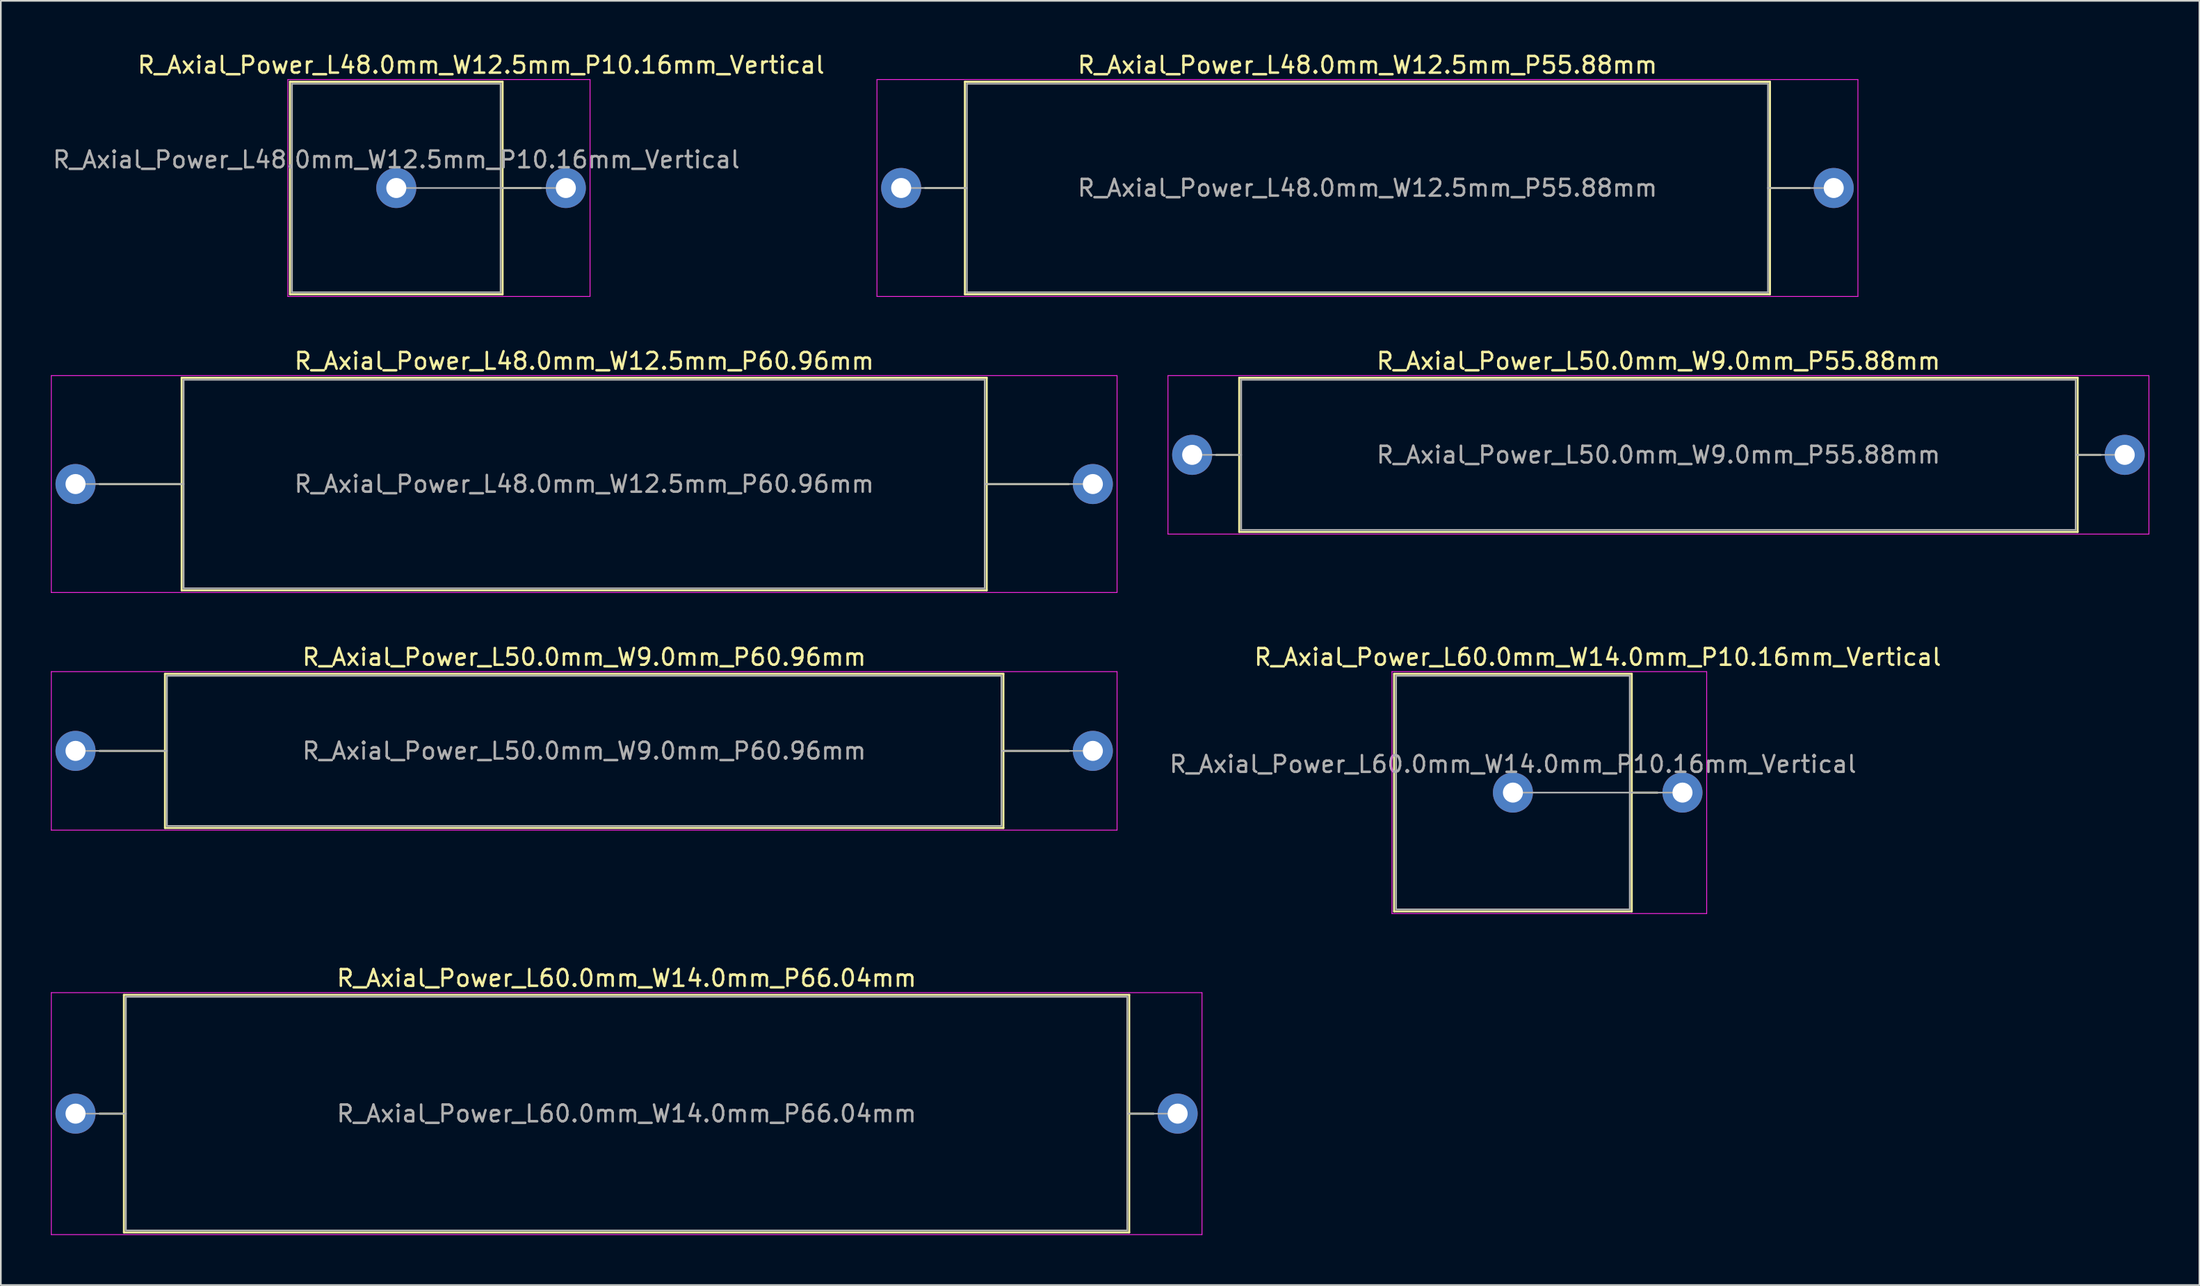
<source format=kicad_pcb>
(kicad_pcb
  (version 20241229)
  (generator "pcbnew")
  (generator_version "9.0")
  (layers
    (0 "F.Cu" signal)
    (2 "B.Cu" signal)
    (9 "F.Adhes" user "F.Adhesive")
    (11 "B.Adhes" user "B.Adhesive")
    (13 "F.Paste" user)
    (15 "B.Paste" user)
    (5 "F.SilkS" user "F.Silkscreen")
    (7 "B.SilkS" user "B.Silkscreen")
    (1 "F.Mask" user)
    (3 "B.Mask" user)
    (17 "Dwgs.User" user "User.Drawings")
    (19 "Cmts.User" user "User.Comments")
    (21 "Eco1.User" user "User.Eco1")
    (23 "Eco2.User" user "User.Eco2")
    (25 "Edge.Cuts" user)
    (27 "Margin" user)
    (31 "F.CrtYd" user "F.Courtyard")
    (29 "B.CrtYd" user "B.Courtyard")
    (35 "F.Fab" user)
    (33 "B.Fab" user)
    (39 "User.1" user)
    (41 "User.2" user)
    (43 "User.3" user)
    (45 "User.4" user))
  (footprint "R_Axial_Power_L60.0mm_W14.0mm_P10.16mm_Vertical"
    (layer "F.Cu")
    (at 87.606 44.455)
    (property "Reference" "R_Axial_Power_L60.0mm_W14.0mm_P10.16mm_Vertical" (at 5.08 -8.12 0) (layer "F.SilkS") (effects (font (size 1 1) (thickness 0.15))))
    (attr through_hole)
    (fp_line (start -7.12 -7.12) (end -7.12 7.12) (stroke (width 0.12) (type solid)) (layer "F.SilkS"))
    (fp_line (start -7.12 7.12) (end 7.12 7.12) (stroke (width 0.12) (type solid)) (layer "F.SilkS"))
    (fp_line (start 7.12 -7.12) (end -7.12 -7.12) (stroke (width 0.12) (type solid)) (layer "F.SilkS"))
    (fp_line (start 7.12 0) (end 8.66 0) (stroke (width 0.12) (type solid)) (layer "F.SilkS"))
    (fp_line (start 7.12 7.12) (end 7.12 -7.12) (stroke (width 0.12) (type solid)) (layer "F.SilkS"))
    (fp_line (start -7.25 -7.25) (end -7.25 7.25) (stroke (width 0.05) (type solid)) (layer "F.CrtYd"))
    (fp_line (start -7.25 7.25) (end 11.61 7.25) (stroke (width 0.05) (type solid)) (layer "F.CrtYd"))
    (fp_line (start 11.61 -7.25) (end -7.25 -7.25) (stroke (width 0.05) (type solid)) (layer "F.CrtYd"))
    (fp_line (start 11.61 7.25) (end 11.61 -7.25) (stroke (width 0.05) (type solid)) (layer "F.CrtYd"))
    (fp_line (start -7 -7) (end -7 7) (stroke (width 0.1) (type solid)) (layer "F.Fab"))
    (fp_line (start -7 7) (end 7 7) (stroke (width 0.1) (type solid)) (layer "F.Fab"))
    (fp_line (start 0 0) (end 10.16 0) (stroke (width 0.1) (type solid)) (layer "F.Fab"))
    (fp_line (start 7 -7) (end -7 -7) (stroke (width 0.1) (type solid)) (layer "F.Fab"))
    (fp_line (start 7 7) (end 7 -7) (stroke (width 0.1) (type solid)) (layer "F.Fab"))
    (fp_text user "${REFERENCE}" (at 0 -1.7 0) (layer "F.Fab") (effects (font (size 1 1) (thickness 0.15))))
    (pad "1" thru_hole circle (at 0 0) (size 2.4 2.4) (drill 1.2) (layers "*.Cu" "*.Mask"))
    (pad "2" thru_hole oval (at 10.16 0) (size 2.4 2.4) (drill 1.2) (layers "*.Cu" "*.Mask")))
  (footprint "R_Axial_Power_L48.0mm_W12.5mm_P60.96mm"
    (layer "F.Cu")
    (at 1.475 25.962)
    (property "Reference" "R_Axial_Power_L48.0mm_W12.5mm_P60.96mm" (at 30.48 -7.37 0) (layer "F.SilkS") (effects (font (size 1 1) (thickness 0.15))))
    (attr through_hole)
    (fp_line (start 1.44 0) (end 6.36 0) (stroke (width 0.12) (type solid)) (layer "F.SilkS"))
    (fp_line (start 6.36 -6.37) (end 6.36 6.37) (stroke (width 0.12) (type solid)) (layer "F.SilkS"))
    (fp_line (start 6.36 6.37) (end 54.6 6.37) (stroke (width 0.12) (type solid)) (layer "F.SilkS"))
    (fp_line (start 54.6 -6.37) (end 6.36 -6.37) (stroke (width 0.12) (type solid)) (layer "F.SilkS"))
    (fp_line (start 54.6 6.37) (end 54.6 -6.37) (stroke (width 0.12) (type solid)) (layer "F.SilkS"))
    (fp_line (start 59.52 0) (end 54.6 0) (stroke (width 0.12) (type solid)) (layer "F.SilkS"))
    (fp_line (start -1.45 -6.5) (end -1.45 6.5) (stroke (width 0.05) (type solid)) (layer "F.CrtYd"))
    (fp_line (start -1.45 6.5) (end 62.41 6.5) (stroke (width 0.05) (type solid)) (layer "F.CrtYd"))
    (fp_line (start 62.41 -6.5) (end -1.45 -6.5) (stroke (width 0.05) (type solid)) (layer "F.CrtYd"))
    (fp_line (start 62.41 6.5) (end 62.41 -6.5) (stroke (width 0.05) (type solid)) (layer "F.CrtYd"))
    (fp_line (start 0 0) (end 6.48 0) (stroke (width 0.1) (type solid)) (layer "F.Fab"))
    (fp_line (start 6.48 -6.25) (end 6.48 6.25) (stroke (width 0.1) (type solid)) (layer "F.Fab"))
    (fp_line (start 6.48 6.25) (end 54.48 6.25) (stroke (width 0.1) (type solid)) (layer "F.Fab"))
    (fp_line (start 54.48 -6.25) (end 6.48 -6.25) (stroke (width 0.1) (type solid)) (layer "F.Fab"))
    (fp_line (start 54.48 6.25) (end 54.48 -6.25) (stroke (width 0.1) (type solid)) (layer "F.Fab"))
    (fp_line (start 60.96 0) (end 54.48 0) (stroke (width 0.1) (type solid)) (layer "F.Fab"))
    (fp_text user "${REFERENCE}" (at 30.48 0 0) (layer "F.Fab") (effects (font (size 1 1) (thickness 0.15))))
    (pad "1" thru_hole circle (at 0 0) (size 2.4 2.4) (drill 1.2) (layers "*.Cu" "*.Mask"))
    (pad "2" thru_hole oval (at 60.96 0) (size 2.4 2.4) (drill 1.2) (layers "*.Cu" "*.Mask")))
  (footprint "R_Axial_Power_L60.0mm_W14.0mm_P66.04mm"
    (layer "F.Cu")
    (at 1.475 63.698)
    (property "Reference" "R_Axial_Power_L60.0mm_W14.0mm_P66.04mm" (at 33.02 -8.12 0) (layer "F.SilkS") (effects (font (size 1 1) (thickness 0.15))))
    (attr through_hole)
    (fp_line (start 1.44 0) (end 2.9 0) (stroke (width 0.12) (type solid)) (layer "F.SilkS"))
    (fp_line (start 2.9 -7.12) (end 2.9 7.12) (stroke (width 0.12) (type solid)) (layer "F.SilkS"))
    (fp_line (start 2.9 7.12) (end 63.14 7.12) (stroke (width 0.12) (type solid)) (layer "F.SilkS"))
    (fp_line (start 63.14 -7.12) (end 2.9 -7.12) (stroke (width 0.12) (type solid)) (layer "F.SilkS"))
    (fp_line (start 63.14 7.12) (end 63.14 -7.12) (stroke (width 0.12) (type solid)) (layer "F.SilkS"))
    (fp_line (start 64.6 0) (end 63.14 0) (stroke (width 0.12) (type solid)) (layer "F.SilkS"))
    (fp_line (start -1.45 -7.25) (end -1.45 7.25) (stroke (width 0.05) (type solid)) (layer "F.CrtYd"))
    (fp_line (start -1.45 7.25) (end 67.5 7.25) (stroke (width 0.05) (type solid)) (layer "F.CrtYd"))
    (fp_line (start 67.5 -7.25) (end -1.45 -7.25) (stroke (width 0.05) (type solid)) (layer "F.CrtYd"))
    (fp_line (start 67.5 7.25) (end 67.5 -7.25) (stroke (width 0.05) (type solid)) (layer "F.CrtYd"))
    (fp_line (start 0 0) (end 3.02 0) (stroke (width 0.1) (type solid)) (layer "F.Fab"))
    (fp_line (start 3.02 -7) (end 3.02 7) (stroke (width 0.1) (type solid)) (layer "F.Fab"))
    (fp_line (start 3.02 7) (end 63.02 7) (stroke (width 0.1) (type solid)) (layer "F.Fab"))
    (fp_line (start 63.02 -7) (end 3.02 -7) (stroke (width 0.1) (type solid)) (layer "F.Fab"))
    (fp_line (start 63.02 7) (end 63.02 -7) (stroke (width 0.1) (type solid)) (layer "F.Fab"))
    (fp_line (start 66.04 0) (end 63.02 0) (stroke (width 0.1) (type solid)) (layer "F.Fab"))
    (fp_text user "${REFERENCE}" (at 33.02 0 0) (layer "F.Fab") (effects (font (size 1 1) (thickness 0.15))))
    (pad "1" thru_hole circle (at 0 0) (size 2.4 2.4) (drill 1.2) (layers "*.Cu" "*.Mask"))
    (pad "2" thru_hole oval (at 66.04 0) (size 2.4 2.4) (drill 1.2) (layers "*.Cu" "*.Mask")))
  (footprint "R_Axial_Power_L50.0mm_W9.0mm_P55.88mm"
    (layer "F.Cu")
    (at 68.385 24.212)
    (property "Reference" "R_Axial_Power_L50.0mm_W9.0mm_P55.88mm" (at 27.94 -5.62 0) (layer "F.SilkS") (effects (font (size 1 1) (thickness 0.15))))
    (attr through_hole)
    (fp_line (start 1.44 0) (end 2.82 0) (stroke (width 0.12) (type solid)) (layer "F.SilkS"))
    (fp_line (start 2.82 -4.62) (end 2.82 4.62) (stroke (width 0.12) (type solid)) (layer "F.SilkS"))
    (fp_line (start 2.82 4.62) (end 53.06 4.62) (stroke (width 0.12) (type solid)) (layer "F.SilkS"))
    (fp_line (start 53.06 -4.62) (end 2.82 -4.62) (stroke (width 0.12) (type solid)) (layer "F.SilkS"))
    (fp_line (start 53.06 4.62) (end 53.06 -4.62) (stroke (width 0.12) (type solid)) (layer "F.SilkS"))
    (fp_line (start 54.44 0) (end 53.06 0) (stroke (width 0.12) (type solid)) (layer "F.SilkS"))
    (fp_line (start -1.45 -4.75) (end -1.45 4.75) (stroke (width 0.05) (type solid)) (layer "F.CrtYd"))
    (fp_line (start -1.45 4.75) (end 57.33 4.75) (stroke (width 0.05) (type solid)) (layer "F.CrtYd"))
    (fp_line (start 57.33 -4.75) (end -1.45 -4.75) (stroke (width 0.05) (type solid)) (layer "F.CrtYd"))
    (fp_line (start 57.33 4.75) (end 57.33 -4.75) (stroke (width 0.05) (type solid)) (layer "F.CrtYd"))
    (fp_line (start 0 0) (end 2.94 0) (stroke (width 0.1) (type solid)) (layer "F.Fab"))
    (fp_line (start 2.94 -4.5) (end 2.94 4.5) (stroke (width 0.1) (type solid)) (layer "F.Fab"))
    (fp_line (start 2.94 4.5) (end 52.94 4.5) (stroke (width 0.1) (type solid)) (layer "F.Fab"))
    (fp_line (start 52.94 -4.5) (end 2.94 -4.5) (stroke (width 0.1) (type solid)) (layer "F.Fab"))
    (fp_line (start 52.94 4.5) (end 52.94 -4.5) (stroke (width 0.1) (type solid)) (layer "F.Fab"))
    (fp_line (start 55.88 0) (end 52.94 0) (stroke (width 0.1) (type solid)) (layer "F.Fab"))
    (fp_text user "${REFERENCE}" (at 27.94 0 0) (layer "F.Fab") (effects (font (size 1 1) (thickness 0.15))))
    (pad "1" thru_hole circle (at 0 0) (size 2.4 2.4) (drill 1.2) (layers "*.Cu" "*.Mask"))
    (pad "2" thru_hole oval (at 55.88 0) (size 2.4 2.4) (drill 1.2) (layers "*.Cu" "*.Mask")))
  (footprint "R_Axial_Power_L48.0mm_W12.5mm_P55.88mm"
    (layer "F.Cu")
    (at 50.948 8.218)
    (property "Reference" "R_Axial_Power_L48.0mm_W12.5mm_P55.88mm" (at 27.94 -7.37 0) (layer "F.SilkS") (effects (font (size 1 1) (thickness 0.15))))
    (attr through_hole)
    (fp_line (start 1.44 0) (end 3.82 0) (stroke (width 0.12) (type solid)) (layer "F.SilkS"))
    (fp_line (start 3.82 -6.37) (end 3.82 6.37) (stroke (width 0.12) (type solid)) (layer "F.SilkS"))
    (fp_line (start 3.82 6.37) (end 52.06 6.37) (stroke (width 0.12) (type solid)) (layer "F.SilkS"))
    (fp_line (start 52.06 -6.37) (end 3.82 -6.37) (stroke (width 0.12) (type solid)) (layer "F.SilkS"))
    (fp_line (start 52.06 6.37) (end 52.06 -6.37) (stroke (width 0.12) (type solid)) (layer "F.SilkS"))
    (fp_line (start 54.44 0) (end 52.06 0) (stroke (width 0.12) (type solid)) (layer "F.SilkS"))
    (fp_line (start -1.45 -6.5) (end -1.45 6.5) (stroke (width 0.05) (type solid)) (layer "F.CrtYd"))
    (fp_line (start -1.45 6.5) (end 57.33 6.5) (stroke (width 0.05) (type solid)) (layer "F.CrtYd"))
    (fp_line (start 57.33 -6.5) (end -1.45 -6.5) (stroke (width 0.05) (type solid)) (layer "F.CrtYd"))
    (fp_line (start 57.33 6.5) (end 57.33 -6.5) (stroke (width 0.05) (type solid)) (layer "F.CrtYd"))
    (fp_line (start 0 0) (end 3.94 0) (stroke (width 0.1) (type solid)) (layer "F.Fab"))
    (fp_line (start 3.94 -6.25) (end 3.94 6.25) (stroke (width 0.1) (type solid)) (layer "F.Fab"))
    (fp_line (start 3.94 6.25) (end 51.94 6.25) (stroke (width 0.1) (type solid)) (layer "F.Fab"))
    (fp_line (start 51.94 -6.25) (end 3.94 -6.25) (stroke (width 0.1) (type solid)) (layer "F.Fab"))
    (fp_line (start 51.94 6.25) (end 51.94 -6.25) (stroke (width 0.1) (type solid)) (layer "F.Fab"))
    (fp_line (start 55.88 0) (end 51.94 0) (stroke (width 0.1) (type solid)) (layer "F.Fab"))
    (fp_text user "${REFERENCE}" (at 27.94 0 0) (layer "F.Fab") (effects (font (size 1 1) (thickness 0.15))))
    (pad "1" thru_hole circle (at 0 0) (size 2.4 2.4) (drill 1.2) (layers "*.Cu" "*.Mask"))
    (pad "2" thru_hole oval (at 55.88 0) (size 2.4 2.4) (drill 1.2) (layers "*.Cu" "*.Mask")))
  (footprint "R_Axial_Power_L48.0mm_W12.5mm_P10.16mm_Vertical"
    (layer "F.Cu")
    (at 20.696 8.218)
    (property "Reference" "R_Axial_Power_L48.0mm_W12.5mm_P10.16mm_Vertical" (at 5.08 -7.37 0) (layer "F.SilkS") (effects (font (size 1 1) (thickness 0.15))))
    (attr through_hole)
    (fp_line (start -6.37 -6.37) (end -6.37 6.37) (stroke (width 0.12) (type solid)) (layer "F.SilkS"))
    (fp_line (start -6.37 6.37) (end 6.37 6.37) (stroke (width 0.12) (type solid)) (layer "F.SilkS"))
    (fp_line (start 6.37 -6.37) (end -6.37 -6.37) (stroke (width 0.12) (type solid)) (layer "F.SilkS"))
    (fp_line (start 6.37 0) (end 8.66 0) (stroke (width 0.12) (type solid)) (layer "F.SilkS"))
    (fp_line (start 6.37 6.37) (end 6.37 -6.37) (stroke (width 0.12) (type solid)) (layer "F.SilkS"))
    (fp_line (start -6.5 -6.5) (end -6.5 6.5) (stroke (width 0.05) (type solid)) (layer "F.CrtYd"))
    (fp_line (start -6.5 6.5) (end 11.61 6.5) (stroke (width 0.05) (type solid)) (layer "F.CrtYd"))
    (fp_line (start 11.61 -6.5) (end -6.5 -6.5) (stroke (width 0.05) (type solid)) (layer "F.CrtYd"))
    (fp_line (start 11.61 6.5) (end 11.61 -6.5) (stroke (width 0.05) (type solid)) (layer "F.CrtYd"))
    (fp_line (start -6.25 -6.25) (end -6.25 6.25) (stroke (width 0.1) (type solid)) (layer "F.Fab"))
    (fp_line (start -6.25 6.25) (end 6.25 6.25) (stroke (width 0.1) (type solid)) (layer "F.Fab"))
    (fp_line (start 0 0) (end 10.16 0) (stroke (width 0.1) (type solid)) (layer "F.Fab"))
    (fp_line (start 6.25 -6.25) (end -6.25 -6.25) (stroke (width 0.1) (type solid)) (layer "F.Fab"))
    (fp_line (start 6.25 6.25) (end 6.25 -6.25) (stroke (width 0.1) (type solid)) (layer "F.Fab"))
    (fp_text user "${REFERENCE}" (at 0 -1.7 0) (layer "F.Fab") (effects (font (size 1 1) (thickness 0.15))))
    (pad "1" thru_hole circle (at 0 0) (size 2.4 2.4) (drill 1.2) (layers "*.Cu" "*.Mask"))
    (pad "2" thru_hole oval (at 10.16 0) (size 2.4 2.4) (drill 1.2) (layers "*.Cu" "*.Mask")))
  (footprint "R_Axial_Power_L50.0mm_W9.0mm_P60.96mm"
    (layer "F.Cu")
    (at 1.475 41.955)
    (property "Reference" "R_Axial_Power_L50.0mm_W9.0mm_P60.96mm" (at 30.48 -5.62 0) (layer "F.SilkS") (effects (font (size 1 1) (thickness 0.15))))
    (attr through_hole)
    (fp_line (start 1.44 0) (end 5.36 0) (stroke (width 0.12) (type solid)) (layer "F.SilkS"))
    (fp_line (start 5.36 -4.62) (end 5.36 4.62) (stroke (width 0.12) (type solid)) (layer "F.SilkS"))
    (fp_line (start 5.36 4.62) (end 55.6 4.62) (stroke (width 0.12) (type solid)) (layer "F.SilkS"))
    (fp_line (start 55.6 -4.62) (end 5.36 -4.62) (stroke (width 0.12) (type solid)) (layer "F.SilkS"))
    (fp_line (start 55.6 4.62) (end 55.6 -4.62) (stroke (width 0.12) (type solid)) (layer "F.SilkS"))
    (fp_line (start 59.52 0) (end 55.6 0) (stroke (width 0.12) (type solid)) (layer "F.SilkS"))
    (fp_line (start -1.45 -4.75) (end -1.45 4.75) (stroke (width 0.05) (type solid)) (layer "F.CrtYd"))
    (fp_line (start -1.45 4.75) (end 62.41 4.75) (stroke (width 0.05) (type solid)) (layer "F.CrtYd"))
    (fp_line (start 62.41 -4.75) (end -1.45 -4.75) (stroke (width 0.05) (type solid)) (layer "F.CrtYd"))
    (fp_line (start 62.41 4.75) (end 62.41 -4.75) (stroke (width 0.05) (type solid)) (layer "F.CrtYd"))
    (fp_line (start 0 0) (end 5.48 0) (stroke (width 0.1) (type solid)) (layer "F.Fab"))
    (fp_line (start 5.48 -4.5) (end 5.48 4.5) (stroke (width 0.1) (type solid)) (layer "F.Fab"))
    (fp_line (start 5.48 4.5) (end 55.48 4.5) (stroke (width 0.1) (type solid)) (layer "F.Fab"))
    (fp_line (start 55.48 -4.5) (end 5.48 -4.5) (stroke (width 0.1) (type solid)) (layer "F.Fab"))
    (fp_line (start 55.48 4.5) (end 55.48 -4.5) (stroke (width 0.1) (type solid)) (layer "F.Fab"))
    (fp_line (start 60.96 0) (end 55.48 0) (stroke (width 0.1) (type solid)) (layer "F.Fab"))
    (fp_text user "${REFERENCE}" (at 30.48 0 0) (layer "F.Fab") (effects (font (size 1 1) (thickness 0.15))))
    (pad "1" thru_hole circle (at 0 0) (size 2.4 2.4) (drill 1.2) (layers "*.Cu" "*.Mask"))
    (pad "2" thru_hole oval (at 60.96 0) (size 2.4 2.4) (drill 1.2) (layers "*.Cu" "*.Mask")))
  (gr_rect
    (start -3 -3)
    (end 128.74 73.973)
    (stroke (width 0.1) (type default))
    (fill no)
    (layer "Edge.Cuts")))
</source>
